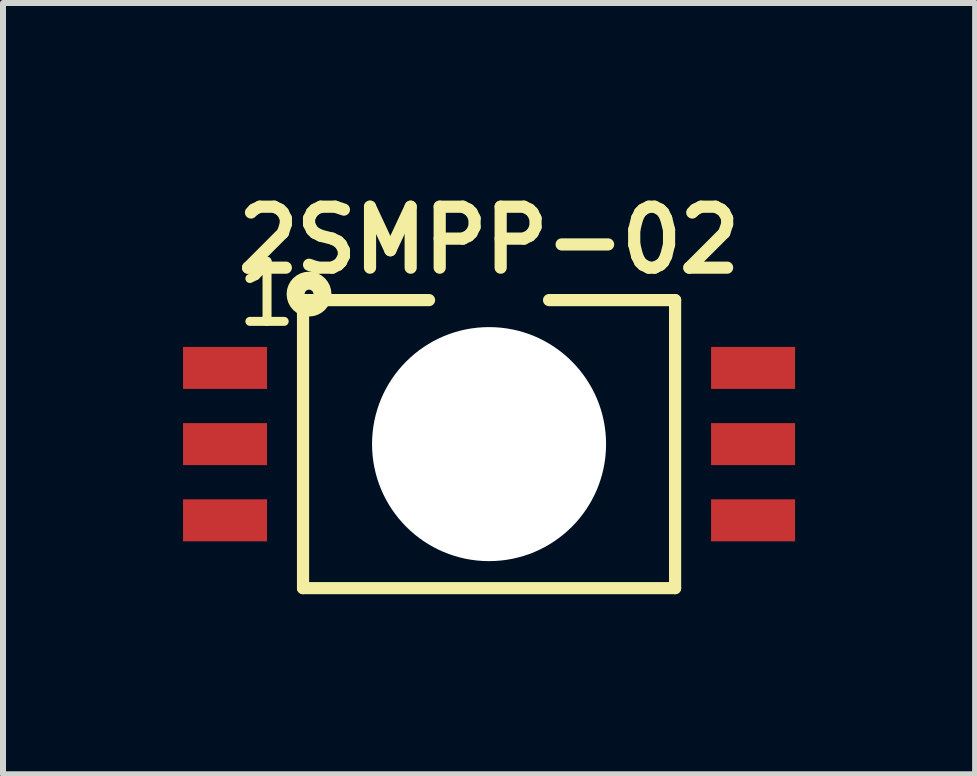
<source format=kicad_pcb>
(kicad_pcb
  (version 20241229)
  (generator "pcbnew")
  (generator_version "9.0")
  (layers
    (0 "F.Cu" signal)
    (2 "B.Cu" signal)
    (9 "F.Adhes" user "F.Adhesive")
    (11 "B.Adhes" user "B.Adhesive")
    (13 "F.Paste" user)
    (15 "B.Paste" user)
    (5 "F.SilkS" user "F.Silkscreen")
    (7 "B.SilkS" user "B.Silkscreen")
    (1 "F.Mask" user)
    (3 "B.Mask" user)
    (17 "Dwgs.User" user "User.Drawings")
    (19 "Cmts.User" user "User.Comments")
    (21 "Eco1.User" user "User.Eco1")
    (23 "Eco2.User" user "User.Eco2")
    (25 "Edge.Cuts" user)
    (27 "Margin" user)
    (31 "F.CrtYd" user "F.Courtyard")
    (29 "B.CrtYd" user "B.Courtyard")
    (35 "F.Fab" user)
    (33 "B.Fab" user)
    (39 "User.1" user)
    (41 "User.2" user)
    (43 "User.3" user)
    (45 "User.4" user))
  (footprint "2SMPP-02"
    (layer "F.Cu")
    (at 5.1 4.351)
    (property "Reference" "2SMPP-02" (at 0 -3.4 0) (layer "F.SilkS") (effects (font (size 1.016 1.016) (thickness 0.203))))
    (attr through_hole)
    (fp_line (start -3.1 -2.4) (end -1 -2.4) (stroke (width 0.203) (type solid)) (layer "F.SilkS"))
    (fp_line (start -3.1 2.4) (end -3.1 -2.4) (stroke (width 0.203) (type solid)) (layer "F.SilkS"))
    (fp_line (start 3.1 -2.4) (end 1 -2.4) (stroke (width 0.203) (type solid)) (layer "F.SilkS"))
    (fp_line (start 3.1 -2.4) (end 3.1 2.4) (stroke (width 0.203) (type solid)) (layer "F.SilkS"))
    (fp_line (start 3.1 2.4) (end -3.1 2.4) (stroke (width 0.203) (type solid)) (layer "F.SilkS"))
    (fp_circle (center -3 -2.5) (end -3.2 -2.4) (stroke (width 0.3) (type solid)) (fill no) (layer "F.SilkS"))
    (fp_text user "1" (at -3.7 -2.5 0) (layer "F.SilkS") (effects (font (size 1 1) (thickness 0.15))))
    (pad "" np_thru_hole circle (at 0 0) (size 3.9 3.9) (drill 3.9) (layers "*.Cu"))
    (pad "1" smd rect (at -4.4 -1.27) (size 1.4 0.7) (layers "F.Cu" "F.Mask" "F.Paste"))
    (pad "2" smd rect (at -4.4 0) (size 1.4 0.7) (layers "F.Cu" "F.Mask" "F.Paste"))
    (pad "3" smd rect (at -4.4 1.27) (size 1.4 0.7) (layers "F.Cu" "F.Mask" "F.Paste"))
    (pad "4" smd rect (at 4.4 1.27) (size 1.4 0.7) (layers "F.Cu" "F.Mask" "F.Paste"))
    (pad "5" smd rect (at 4.4 0) (size 1.4 0.7) (layers "F.Cu" "F.Mask" "F.Paste"))
    (pad "6" smd rect (at 4.4 -1.27) (size 1.4 0.7) (layers "F.Cu" "F.Mask" "F.Paste")))
  (gr_rect
    (start -3 -3)
    (end 13.2 9.853)
    (stroke (width 0.1) (type default))
    (fill no)
    (layer "Edge.Cuts")))
</source>
